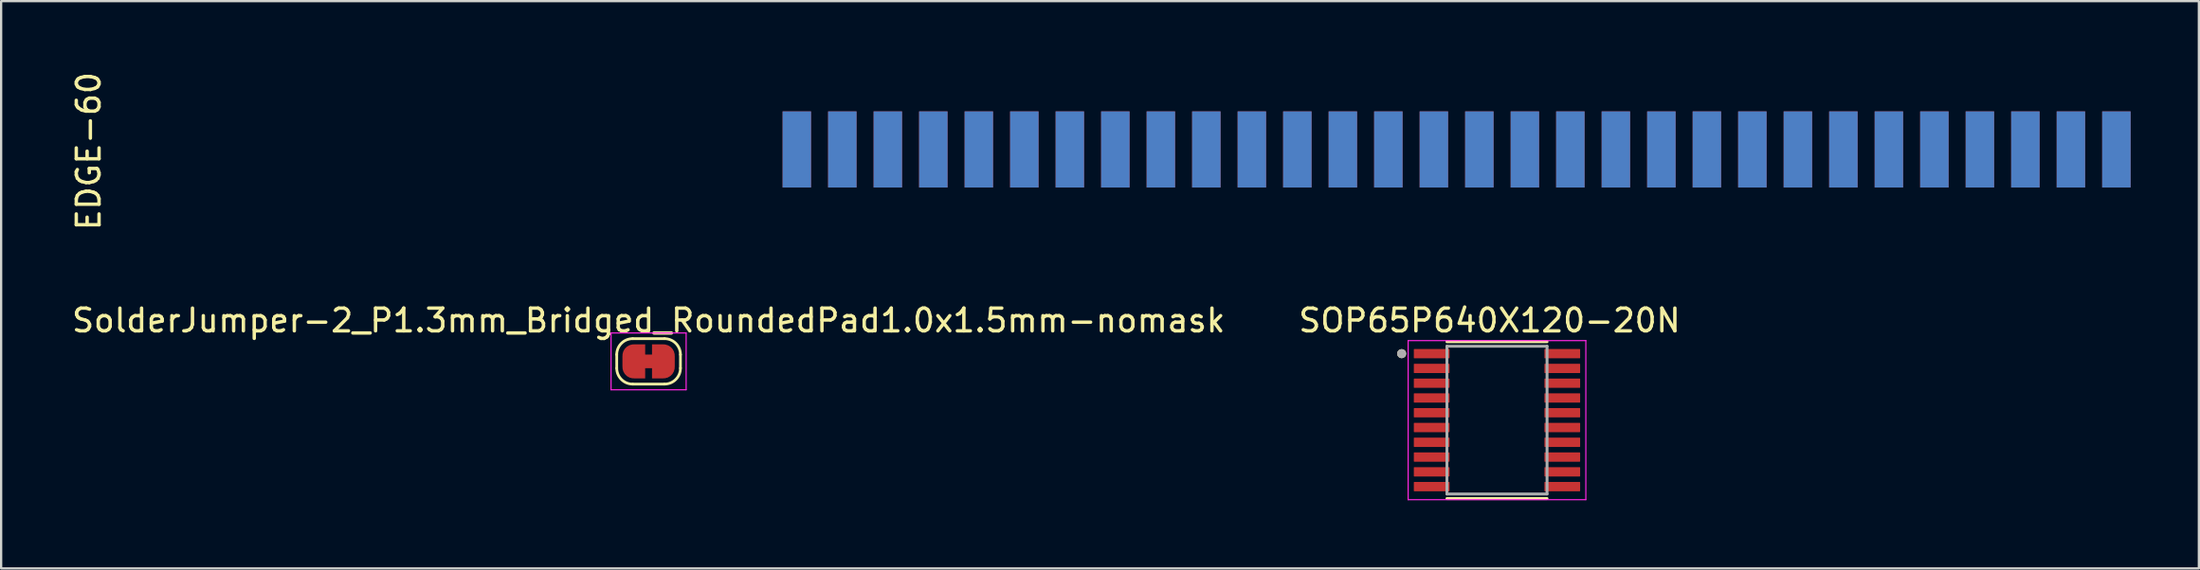
<source format=kicad_pcb>
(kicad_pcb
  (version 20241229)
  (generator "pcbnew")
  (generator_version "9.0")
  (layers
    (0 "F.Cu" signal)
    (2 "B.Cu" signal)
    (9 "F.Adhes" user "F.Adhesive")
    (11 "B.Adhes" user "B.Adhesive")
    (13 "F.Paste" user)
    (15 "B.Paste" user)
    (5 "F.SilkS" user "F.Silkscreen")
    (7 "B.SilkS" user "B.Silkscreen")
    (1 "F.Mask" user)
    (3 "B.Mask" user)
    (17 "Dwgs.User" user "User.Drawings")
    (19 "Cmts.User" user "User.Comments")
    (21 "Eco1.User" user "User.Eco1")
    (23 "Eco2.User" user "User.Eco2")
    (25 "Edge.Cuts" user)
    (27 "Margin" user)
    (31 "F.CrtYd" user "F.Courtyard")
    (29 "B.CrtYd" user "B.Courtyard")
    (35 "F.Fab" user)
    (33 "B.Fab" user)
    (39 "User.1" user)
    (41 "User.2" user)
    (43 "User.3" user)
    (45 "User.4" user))
  (footprint "SOP65P640X120-20N"
    (layer "F.Cu")
    (at 62.748 15.436)
    (property "Reference" "SOP65P640X120-20N" (at -0.325 -4.385 0) (layer "F.SilkS") (effects (font (size 1 1) (thickness 0.15))))
    (attr smd)
    (fp_line (start -2.2 -3.45) (end 2.2 -3.45) (stroke (width 0.127) (type solid)) (layer "F.SilkS"))
    (fp_line (start -2.2 3.45) (end 2.2 3.45) (stroke (width 0.127) (type solid)) (layer "F.SilkS"))
    (fp_circle (center -4.19 -2.925) (end -4.09 -2.925) (stroke (width 0.2) (type solid)) (fill no) (layer "F.SilkS"))
    (fp_line (start -3.905 -3.5) (end -3.905 3.5) (stroke (width 0.05) (type solid)) (layer "F.CrtYd"))
    (fp_line (start -3.905 -3.5) (end 3.905 -3.5) (stroke (width 0.05) (type solid)) (layer "F.CrtYd"))
    (fp_line (start -3.905 3.5) (end 3.905 3.5) (stroke (width 0.05) (type solid)) (layer "F.CrtYd"))
    (fp_line (start 3.905 -3.5) (end 3.905 3.5) (stroke (width 0.05) (type solid)) (layer "F.CrtYd"))
    (fp_line (start -2.2 -3.25) (end -2.2 3.25) (stroke (width 0.127) (type solid)) (layer "F.Fab"))
    (fp_line (start -2.2 -3.25) (end 2.2 -3.25) (stroke (width 0.127) (type solid)) (layer "F.Fab"))
    (fp_line (start -2.2 3.25) (end 2.2 3.25) (stroke (width 0.127) (type solid)) (layer "F.Fab"))
    (fp_line (start 2.2 -3.25) (end 2.2 3.25) (stroke (width 0.127) (type solid)) (layer "F.Fab"))
    (fp_circle (center -4.19 -2.925) (end -4.09 -2.925) (stroke (width 0.2) (type solid)) (fill no) (layer "F.Fab"))
    (pad "1" smd roundrect (at -2.87 -2.925) (size 1.57 0.41) (layers "F.Cu" "F.Mask" "F.Paste") (roundrect_rratio 0.05))
    (pad "2" smd roundrect (at -2.87 -2.275) (size 1.57 0.41) (layers "F.Cu" "F.Mask" "F.Paste") (roundrect_rratio 0.05))
    (pad "3" smd roundrect (at -2.87 -1.625) (size 1.57 0.41) (layers "F.Cu" "F.Mask" "F.Paste") (roundrect_rratio 0.05))
    (pad "4" smd roundrect (at -2.87 -0.975) (size 1.57 0.41) (layers "F.Cu" "F.Mask" "F.Paste") (roundrect_rratio 0.05))
    (pad "5" smd roundrect (at -2.87 -0.325) (size 1.57 0.41) (layers "F.Cu" "F.Mask" "F.Paste") (roundrect_rratio 0.05))
    (pad "6" smd roundrect (at -2.87 0.325) (size 1.57 0.41) (layers "F.Cu" "F.Mask" "F.Paste") (roundrect_rratio 0.05))
    (pad "7" smd roundrect (at -2.87 0.975) (size 1.57 0.41) (layers "F.Cu" "F.Mask" "F.Paste") (roundrect_rratio 0.05))
    (pad "8" smd roundrect (at -2.87 1.625) (size 1.57 0.41) (layers "F.Cu" "F.Mask" "F.Paste") (roundrect_rratio 0.05))
    (pad "9" smd roundrect (at -2.87 2.275) (size 1.57 0.41) (layers "F.Cu" "F.Mask" "F.Paste") (roundrect_rratio 0.05))
    (pad "10" smd roundrect (at -2.87 2.925) (size 1.57 0.41) (layers "F.Cu" "F.Mask" "F.Paste") (roundrect_rratio 0.05))
    (pad "11" smd roundrect (at 2.87 2.925) (size 1.57 0.41) (layers "F.Cu" "F.Mask" "F.Paste") (roundrect_rratio 0.05))
    (pad "12" smd roundrect (at 2.87 2.275) (size 1.57 0.41) (layers "F.Cu" "F.Mask" "F.Paste") (roundrect_rratio 0.05))
    (pad "13" smd roundrect (at 2.87 1.625) (size 1.57 0.41) (layers "F.Cu" "F.Mask" "F.Paste") (roundrect_rratio 0.05))
    (pad "14" smd roundrect (at 2.87 0.975) (size 1.57 0.41) (layers "F.Cu" "F.Mask" "F.Paste") (roundrect_rratio 0.05))
    (pad "15" smd roundrect (at 2.87 0.325) (size 1.57 0.41) (layers "F.Cu" "F.Mask" "F.Paste") (roundrect_rratio 0.05))
    (pad "16" smd roundrect (at 2.87 -0.325) (size 1.57 0.41) (layers "F.Cu" "F.Mask" "F.Paste") (roundrect_rratio 0.05))
    (pad "17" smd roundrect (at 2.87 -0.975) (size 1.57 0.41) (layers "F.Cu" "F.Mask" "F.Paste") (roundrect_rratio 0.05))
    (pad "18" smd roundrect (at 2.87 -1.625) (size 1.57 0.41) (layers "F.Cu" "F.Mask" "F.Paste") (roundrect_rratio 0.05))
    (pad "19" smd roundrect (at 2.87 -2.275) (size 1.57 0.41) (layers "F.Cu" "F.Mask" "F.Paste") (roundrect_rratio 0.05))
    (pad "20" smd roundrect (at 2.87 -2.925) (size 1.57 0.41) (layers "F.Cu" "F.Mask" "F.Paste") (roundrect_rratio 0.05)))
  (footprint "EDGE-60"
    (layer "F.Cu")
    (at 31.973 3.601)
    (property "Reference" "EDGE-60" (at -31.125 0 90) (layer "F.SilkS") (effects (font (size 1 1) (thickness 0.15))))
    (attr smd)
    (pad "1" smd rect (at 0 -0.075) (size 1.25 3.35) (layers "F.Cu" "F.Mask" "F.Paste"))
    (pad "2" smd rect (at 0 -0.075) (size 1.25 3.35) (layers "B.Cu" "B.Mask" "B.Paste"))
    (pad "3" smd rect (at 2 -0.075) (size 1.25 3.35) (layers "F.Cu" "F.Mask" "F.Paste"))
    (pad "4" smd rect (at 2 -0.075) (size 1.25 3.35) (layers "B.Cu" "B.Mask" "B.Paste"))
    (pad "5" smd rect (at 4 -0.075) (size 1.25 3.35) (layers "F.Cu" "F.Mask" "F.Paste"))
    (pad "6" smd rect (at 4 -0.075) (size 1.25 3.35) (layers "B.Cu" "B.Mask" "B.Paste"))
    (pad "7" smd rect (at 6 -0.075) (size 1.25 3.35) (layers "F.Cu" "F.Mask" "F.Paste"))
    (pad "8" smd rect (at 6 -0.075) (size 1.25 3.35) (layers "B.Cu" "B.Mask" "B.Paste"))
    (pad "9" smd rect (at 8 -0.075) (size 1.25 3.35) (layers "F.Cu" "F.Mask" "F.Paste"))
    (pad "10" smd rect (at 8 -0.075) (size 1.25 3.35) (layers "B.Cu" "B.Mask" "B.Paste"))
    (pad "11" smd rect (at 10 -0.075) (size 1.25 3.35) (layers "F.Cu" "F.Mask" "F.Paste"))
    (pad "12" smd rect (at 10 -0.075) (size 1.25 3.35) (layers "B.Cu" "B.Mask" "B.Paste"))
    (pad "13" smd rect (at 12 -0.075) (size 1.25 3.35) (layers "F.Cu" "F.Mask" "F.Paste"))
    (pad "14" smd rect (at 12 -0.075) (size 1.25 3.35) (layers "B.Cu" "B.Mask" "B.Paste"))
    (pad "15" smd rect (at 14 -0.075) (size 1.25 3.35) (layers "F.Cu" "F.Mask" "F.Paste"))
    (pad "16" smd rect (at 14 -0.075) (size 1.25 3.35) (layers "B.Cu" "B.Mask" "B.Paste"))
    (pad "17" smd rect (at 16 -0.075) (size 1.25 3.35) (layers "F.Cu" "F.Mask" "F.Paste"))
    (pad "18" smd rect (at 16 -0.075) (size 1.25 3.35) (layers "B.Cu" "B.Mask" "B.Paste"))
    (pad "19" smd rect (at 18 -0.075) (size 1.25 3.35) (layers "F.Cu" "F.Mask" "F.Paste"))
    (pad "20" smd rect (at 18 -0.075) (size 1.25 3.35) (layers "B.Cu" "B.Mask" "B.Paste"))
    (pad "21" smd rect (at 20 -0.075) (size 1.25 3.35) (layers "F.Cu" "F.Mask" "F.Paste"))
    (pad "22" smd rect (at 20 -0.075) (size 1.25 3.35) (layers "B.Cu" "B.Mask" "B.Paste"))
    (pad "23" smd rect (at 22 -0.075) (size 1.25 3.35) (layers "F.Cu" "F.Mask" "F.Paste"))
    (pad "24" smd rect (at 22 -0.075) (size 1.25 3.35) (layers "B.Cu" "B.Mask" "B.Paste"))
    (pad "25" smd rect (at 24 -0.075) (size 1.25 3.35) (layers "F.Cu" "F.Mask" "F.Paste"))
    (pad "26" smd rect (at 24 -0.075) (size 1.25 3.35) (layers "B.Cu" "B.Mask" "B.Paste"))
    (pad "27" smd rect (at 26 -0.075) (size 1.25 3.35) (layers "F.Cu" "F.Mask" "F.Paste"))
    (pad "28" smd rect (at 26 -0.075) (size 1.25 3.35) (layers "B.Cu" "B.Mask" "B.Paste"))
    (pad "29" smd rect (at 28 -0.075) (size 1.25 3.35) (layers "F.Cu" "F.Mask" "F.Paste"))
    (pad "30" smd rect (at 28 -0.075) (size 1.25 3.35) (layers "B.Cu" "B.Mask" "B.Paste"))
    (pad "31" smd rect (at 30 -0.075) (size 1.25 3.35) (layers "F.Cu" "F.Mask" "F.Paste"))
    (pad "32" smd rect (at 30 -0.075) (size 1.25 3.35) (layers "B.Cu" "B.Mask" "B.Paste"))
    (pad "33" smd rect (at 32 -0.075) (size 1.25 3.35) (layers "F.Cu" "F.Mask" "F.Paste"))
    (pad "34" smd rect (at 32 -0.075) (size 1.25 3.35) (layers "B.Cu" "B.Mask" "B.Paste"))
    (pad "35" smd rect (at 34 -0.075) (size 1.25 3.35) (layers "F.Cu" "F.Mask" "F.Paste"))
    (pad "36" smd rect (at 34 -0.075) (size 1.25 3.35) (layers "B.Cu" "B.Mask" "B.Paste"))
    (pad "37" smd rect (at 36 -0.075) (size 1.25 3.35) (layers "F.Cu" "F.Mask" "F.Paste"))
    (pad "38" smd rect (at 36 -0.075) (size 1.25 3.35) (layers "B.Cu" "B.Mask" "B.Paste"))
    (pad "39" smd rect (at 38 -0.075) (size 1.25 3.35) (layers "F.Cu" "F.Mask" "F.Paste"))
    (pad "40" smd rect (at 38 -0.075) (size 1.25 3.35) (layers "B.Cu" "B.Mask" "B.Paste"))
    (pad "41" smd rect (at 40 -0.075) (size 1.25 3.35) (layers "F.Cu" "F.Mask" "F.Paste"))
    (pad "42" smd rect (at 40 -0.075) (size 1.25 3.35) (layers "B.Cu" "B.Mask" "B.Paste"))
    (pad "43" smd rect (at 42 -0.075) (size 1.25 3.35) (layers "F.Cu" "F.Mask" "F.Paste"))
    (pad "44" smd rect (at 42 -0.075) (size 1.25 3.35) (layers "B.Cu" "B.Mask" "B.Paste"))
    (pad "45" smd rect (at 44 -0.075) (size 1.25 3.35) (layers "F.Cu" "F.Mask" "F.Paste"))
    (pad "46" smd rect (at 44 -0.075) (size 1.25 3.35) (layers "B.Cu" "B.Mask" "B.Paste"))
    (pad "47" smd rect (at 46 -0.075) (size 1.25 3.35) (layers "F.Cu" "F.Mask" "F.Paste"))
    (pad "48" smd rect (at 46 -0.075) (size 1.25 3.35) (layers "B.Cu" "B.Mask" "B.Paste"))
    (pad "49" smd rect (at 48 -0.075) (size 1.25 3.35) (layers "F.Cu" "F.Mask" "F.Paste"))
    (pad "50" smd rect (at 48 -0.075) (size 1.25 3.35) (layers "B.Cu" "B.Mask" "B.Paste"))
    (pad "51" smd rect (at 50 -0.075) (size 1.25 3.35) (layers "F.Cu" "F.Mask" "F.Paste"))
    (pad "52" smd rect (at 50 -0.075) (size 1.25 3.35) (layers "B.Cu" "B.Mask" "B.Paste"))
    (pad "53" smd rect (at 52 -0.075) (size 1.25 3.35) (layers "F.Cu" "F.Mask" "F.Paste"))
    (pad "54" smd rect (at 52 -0.075) (size 1.25 3.35) (layers "B.Cu" "B.Mask" "B.Paste"))
    (pad "55" smd rect (at 54 -0.075) (size 1.25 3.35) (layers "F.Cu" "F.Mask" "F.Paste"))
    (pad "56" smd rect (at 54 -0.075) (size 1.25 3.35) (layers "B.Cu" "B.Mask" "B.Paste"))
    (pad "57" smd rect (at 56 -0.075) (size 1.25 3.35) (layers "F.Cu" "F.Mask" "F.Paste"))
    (pad "58" smd rect (at 56 -0.075) (size 1.25 3.35) (layers "B.Cu" "B.Mask" "B.Paste"))
    (pad "59" smd rect (at 58 -0.075) (size 1.25 3.35) (layers "F.Cu" "F.Mask" "F.Paste"))
    (pad "60" smd rect (at 58 -0.075) (size 1.25 3.35) (layers "B.Cu" "B.Mask" "B.Paste")))
  (footprint "SolderJumper-2_P1.3mm_Bridged_RoundedPad1.0x1.5mm-nomask"
    (layer "F.Cu")
    (at 25.458 12.851)
    (property "Reference" "SolderJumper-2_P1.3mm_Bridged_RoundedPad1.0x1.5mm-nomask" (at 0 -1.8 0) (layer "F.SilkS") (effects (font (size 1 1) (thickness 0.15))))
    (attr exclude_from_pos_files exclude_from_bom)
    (fp_poly (pts (xy 0.25 -0.3) (xy -0.25 -0.3) (xy -0.25 0.3) (xy 0.25 0.3)) (stroke (width 0) (type solid)) (fill yes) (layer "F.Cu"))
    (fp_poly (pts (xy 0.3 -0.3) (xy -0.2 -0.3) (xy -0.2 0.3) (xy 0.3 0.3)) (stroke (width 0) (type solid)) (fill yes) (layer "F.Mask"))
    (fp_line (start -1.4 0.3) (end -1.4 -0.3) (stroke (width 0.12) (type solid)) (layer "F.SilkS"))
    (fp_line (start -0.7 -1) (end 0.7 -1) (stroke (width 0.12) (type solid)) (layer "F.SilkS"))
    (fp_line (start 0.7 1) (end -0.7 1) (stroke (width 0.12) (type solid)) (layer "F.SilkS"))
    (fp_line (start 1.4 -0.3) (end 1.4 0.3) (stroke (width 0.12) (type solid)) (layer "F.SilkS"))
    (fp_arc (start -1.4 -0.3) (mid -1.194975 -0.794975) (end -0.7 -1) (stroke (width 0.12) (type solid)) (layer "F.SilkS"))
    (fp_arc (start -0.7 1) (mid -1.194975 0.794975) (end -1.4 0.3) (stroke (width 0.12) (type solid)) (layer "F.SilkS"))
    (fp_arc (start 0.7 -1) (mid 1.194975 -0.794975) (end 1.4 -0.3) (stroke (width 0.12) (type solid)) (layer "F.SilkS"))
    (fp_arc (start 1.4 0.3) (mid 1.194975 0.794975) (end 0.7 1) (stroke (width 0.12) (type solid)) (layer "F.SilkS"))
    (fp_line (start -1.65 -1.25) (end -1.65 1.25) (stroke (width 0.05) (type solid)) (layer "F.CrtYd"))
    (fp_line (start -1.65 -1.25) (end 1.65 -1.25) (stroke (width 0.05) (type solid)) (layer "F.CrtYd"))
    (fp_line (start 1.65 1.25) (end -1.65 1.25) (stroke (width 0.05) (type solid)) (layer "F.CrtYd"))
    (fp_line (start 1.65 1.25) (end 1.65 -1.25) (stroke (width 0.05) (type solid)) (layer "F.CrtYd"))
    (pad "1" smd custom (at -0.65 0) (size 1 0.5) (layers "F.Cu" "F.Mask") (options (anchor rect)) (primitives (gr_circle (center 0 0.25) (end 0.5 0.25) (width 0) (fill yes)) (gr_circle (center 0 -0.25) (end 0.5 -0.25) (width 0) (fill yes)) (gr_poly (pts (xy 0.5 0.75) (xy 0 0.75) (xy 0 -0.75) (xy 0.5 -0.75)) (width 0) (fill yes))))
    (pad "2" smd custom (at 0.65 0) (size 1 0.5) (layers "F.Cu" "F.Mask") (options (anchor rect)) (primitives (gr_circle (center 0 0.25) (end 0.5 0.25) (width 0) (fill yes)) (gr_circle (center 0 -0.25) (end 0.5 -0.25) (width 0) (fill yes)) (gr_poly (pts (xy 0 0.75) (xy -0.5 0.75) (xy -0.5 -0.75) (xy 0 -0.75)) (width 0) (fill yes)))))
  (gr_rect
    (start -3 -3)
    (end 93.598 21.961)
    (stroke (width 0.1) (type default))
    (fill no)
    (layer "Edge.Cuts")))
</source>
